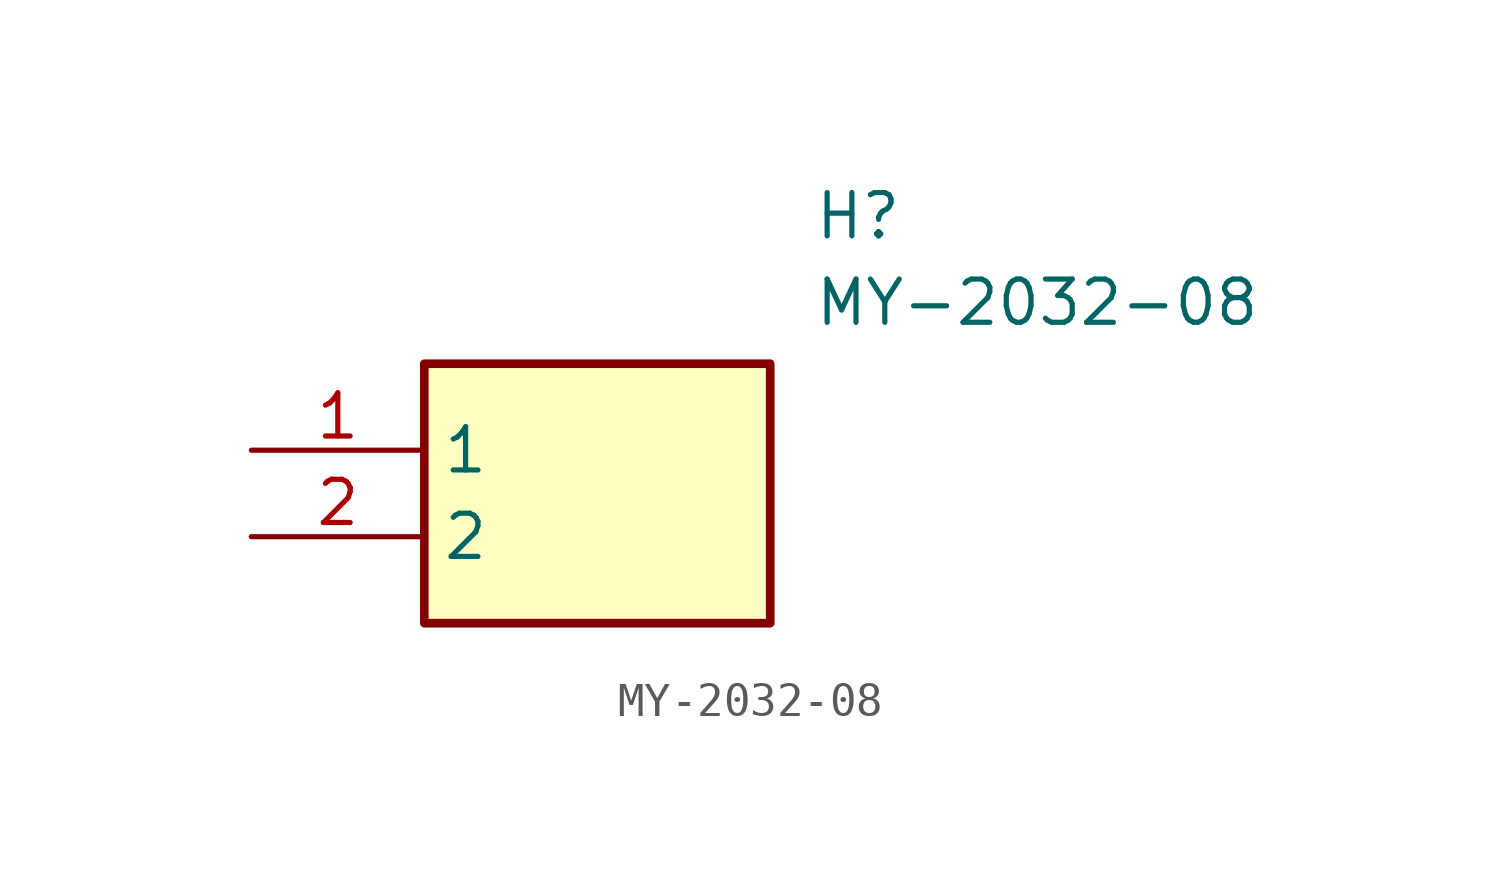
<source format=kicad_sym>
(kicad_symbol_lib
  (version 20211014)
  (generator SamacSys_ECAD_Model)
  (symbol "MY-2032-08"
    (property "Reference" "H"
      (at 16.51 7.62 0)
      (effects (font (size 1.27 1.27)) (justify left top)))
    (property "Value" "MY-2032-08"
      (at 16.51 5.08 0)
      (effects (font (size 1.27 1.27)) (justify left top)))
    (rectangle
      (start 5.08 2.54)
      (end 15.24 -5.08)
      (stroke (width 0.254) (type default))
      (fill (type background)))
    (pin passive line
      (at 0 0 0)
      (length 5.08)
      (name "1" (effects (font (size 1.27 1.27))))
      (number "1" (effects (font (size 1.27 1.27)))))
    (pin passive line
      (at 0 -2.54 0)
      (length 5.08)
      (name "2" (effects (font (size 1.27 1.27))))
      (number "2" (effects (font (size 1.27 1.27)))))))
</source>
